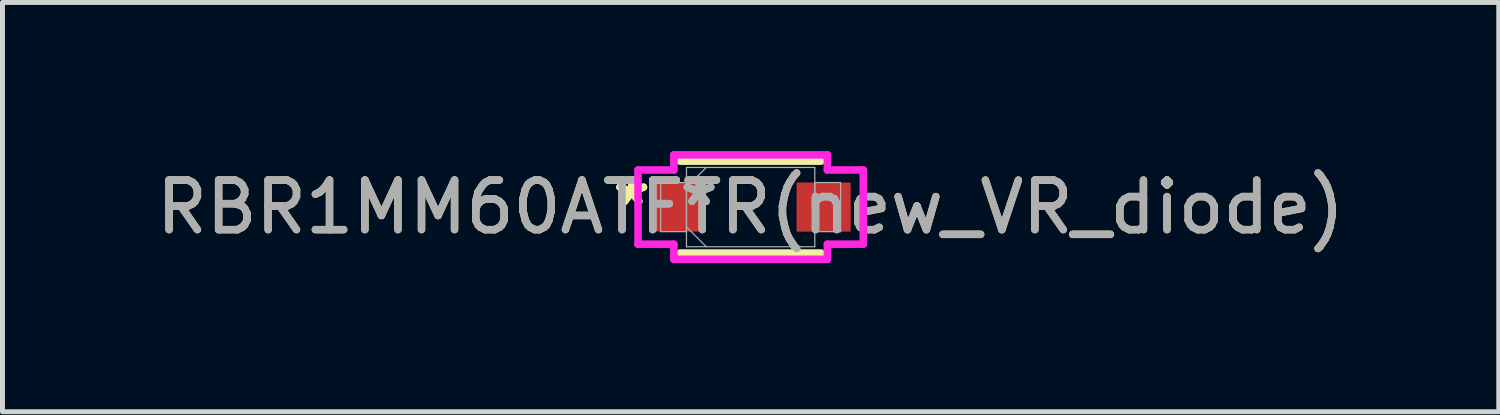
<source format=kicad_pcb>
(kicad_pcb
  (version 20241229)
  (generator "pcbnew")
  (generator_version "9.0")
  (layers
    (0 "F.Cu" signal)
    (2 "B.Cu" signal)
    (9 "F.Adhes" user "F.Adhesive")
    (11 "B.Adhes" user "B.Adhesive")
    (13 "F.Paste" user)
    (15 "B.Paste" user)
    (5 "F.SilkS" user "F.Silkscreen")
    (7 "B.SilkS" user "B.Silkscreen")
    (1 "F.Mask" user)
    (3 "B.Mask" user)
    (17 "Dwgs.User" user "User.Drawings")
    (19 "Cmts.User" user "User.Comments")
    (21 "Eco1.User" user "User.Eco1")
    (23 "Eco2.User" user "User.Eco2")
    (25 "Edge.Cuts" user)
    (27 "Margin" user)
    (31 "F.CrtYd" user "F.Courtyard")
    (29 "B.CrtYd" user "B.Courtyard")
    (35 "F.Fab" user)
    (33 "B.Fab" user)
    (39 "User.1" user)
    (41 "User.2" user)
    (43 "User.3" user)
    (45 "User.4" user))
  (footprint "RBR1MM60ATFTR(new_VR_diode)"
    (layer "F.Cu")
    (at 12.101 1.13)
    (property "Reference" "RBR1MM60ATFTR(new_VR_diode)" (at 0 0 0) (unlocked yes) (layer "F.SilkS") (effects (font (size 1 1) (thickness 0.15))))
    (attr smd)
    (fp_line (start -1.422 0.927) (end 1.422 0.927) (stroke (width 0.152) (type solid)) (layer "F.SilkS"))
    (fp_line (start 1.422 -0.927) (end -1.422 -0.927) (stroke (width 0.152) (type solid)) (layer "F.SilkS"))
    (fp_line (start -2.273 -0.749) (end -1.549 -0.749) (stroke (width 0.152) (type solid)) (layer "F.CrtYd"))
    (fp_line (start -2.273 0.749) (end -2.273 -0.749) (stroke (width 0.152) (type solid)) (layer "F.CrtYd"))
    (fp_line (start -1.549 -1.054) (end 1.549 -1.054) (stroke (width 0.152) (type solid)) (layer "F.CrtYd"))
    (fp_line (start -1.549 -0.749) (end -1.549 -1.054) (stroke (width 0.152) (type solid)) (layer "F.CrtYd"))
    (fp_line (start -1.549 0.749) (end -2.273 0.749) (stroke (width 0.152) (type solid)) (layer "F.CrtYd"))
    (fp_line (start -1.549 1.054) (end -1.549 0.749) (stroke (width 0.152) (type solid)) (layer "F.CrtYd"))
    (fp_line (start 1.549 -1.054) (end 1.549 -0.749) (stroke (width 0.152) (type solid)) (layer "F.CrtYd"))
    (fp_line (start 1.549 -0.749) (end 2.273 -0.749) (stroke (width 0.152) (type solid)) (layer "F.CrtYd"))
    (fp_line (start 1.549 0.749) (end 1.549 1.054) (stroke (width 0.152) (type solid)) (layer "F.CrtYd"))
    (fp_line (start 1.549 1.054) (end -1.549 1.054) (stroke (width 0.152) (type solid)) (layer "F.CrtYd"))
    (fp_line (start 2.273 -0.749) (end 2.273 0.749) (stroke (width 0.152) (type solid)) (layer "F.CrtYd"))
    (fp_line (start 2.273 0.749) (end 1.549 0.749) (stroke (width 0.152) (type solid)) (layer "F.CrtYd"))
    (fp_line (start -1.816 -0.495) (end -1.816 0.495) (stroke (width 0.025) (type solid)) (layer "F.Fab"))
    (fp_line (start -1.816 0.495) (end -1.295 0.495) (stroke (width 0.025) (type solid)) (layer "F.Fab"))
    (fp_line (start -1.295 -0.8) (end -1.295 0.8) (stroke (width 0.025) (type solid)) (layer "F.Fab"))
    (fp_line (start -1.295 -0.495) (end -1.816 -0.495) (stroke (width 0.025) (type solid)) (layer "F.Fab"))
    (fp_line (start -1.295 -0.4) (end -0.895 -0.8) (stroke (width 0.025) (type solid)) (layer "F.Fab"))
    (fp_line (start -1.295 0.4) (end -0.895 0.8) (stroke (width 0.025) (type solid)) (layer "F.Fab"))
    (fp_line (start -1.295 0.495) (end -1.295 -0.495) (stroke (width 0.025) (type solid)) (layer "F.Fab"))
    (fp_line (start -1.295 0.8) (end 1.295 0.8) (stroke (width 0.025) (type solid)) (layer "F.Fab"))
    (fp_line (start 1.295 -0.8) (end -1.295 -0.8) (stroke (width 0.025) (type solid)) (layer "F.Fab"))
    (fp_line (start 1.295 -0.495) (end 1.295 0.495) (stroke (width 0.025) (type solid)) (layer "F.Fab"))
    (fp_line (start 1.295 0.495) (end 1.816 0.495) (stroke (width 0.025) (type solid)) (layer "F.Fab"))
    (fp_line (start 1.295 0.8) (end 1.295 -0.8) (stroke (width 0.025) (type solid)) (layer "F.Fab"))
    (fp_line (start 1.816 -0.495) (end 1.295 -0.495) (stroke (width 0.025) (type solid)) (layer "F.Fab"))
    (fp_line (start 1.816 0.495) (end 1.816 -0.495) (stroke (width 0.025) (type solid)) (layer "F.Fab"))
    (fp_text user "*" (at -2.4 0 0) (unlocked yes) (layer "F.SilkS") (effects (font (size 1 1) (thickness 0.15))))
    (fp_text user "*" (at -2.4 0 0) (layer "F.SilkS") (effects (font (size 1 1) (thickness 0.15))))
    (fp_text user "*" (at -1.041 0 0) (unlocked yes) (layer "F.Fab") (effects (font (size 1 1) (thickness 0.15))))
    (fp_text user "*" (at -1.041 0 0) (layer "F.Fab") (effects (font (size 1 1) (thickness 0.15))))
    (fp_text user "${REFERENCE}" (at 0 0 0) (unlocked yes) (layer "F.Fab") (effects (font (size 1 1) (thickness 0.15))))
    (pad "1" smd rect (at -1.473 0) (size 1.092 0.991) (layers "F.Cu" "F.Mask" "F.Paste"))
    (pad "2" smd rect (at 1.473 0) (size 1.092 0.991) (layers "F.Cu" "F.Mask" "F.Paste"))
    (zone (net_name "") (layer "F.Cu") (hatch full 0.508) (connect_pads) (min_thickness 0.254) (filled_areas_thickness no) (keepout (tracks not_allowed) (vias not_allowed) (pads allowed) (copperpour not_allowed) (footprints allowed)) (placement (enabled no)) (fill) (polygon (pts (xy 11.225 0.381) (xy 12.977 0.381) (xy 12.977 1.88) (xy 11.225 1.88)))))
  (gr_rect
    (start -3 -3)
    (end 27.202 5.261)
    (stroke (width 0.1) (type default))
    (fill no)
    (layer "Edge.Cuts")))
</source>
